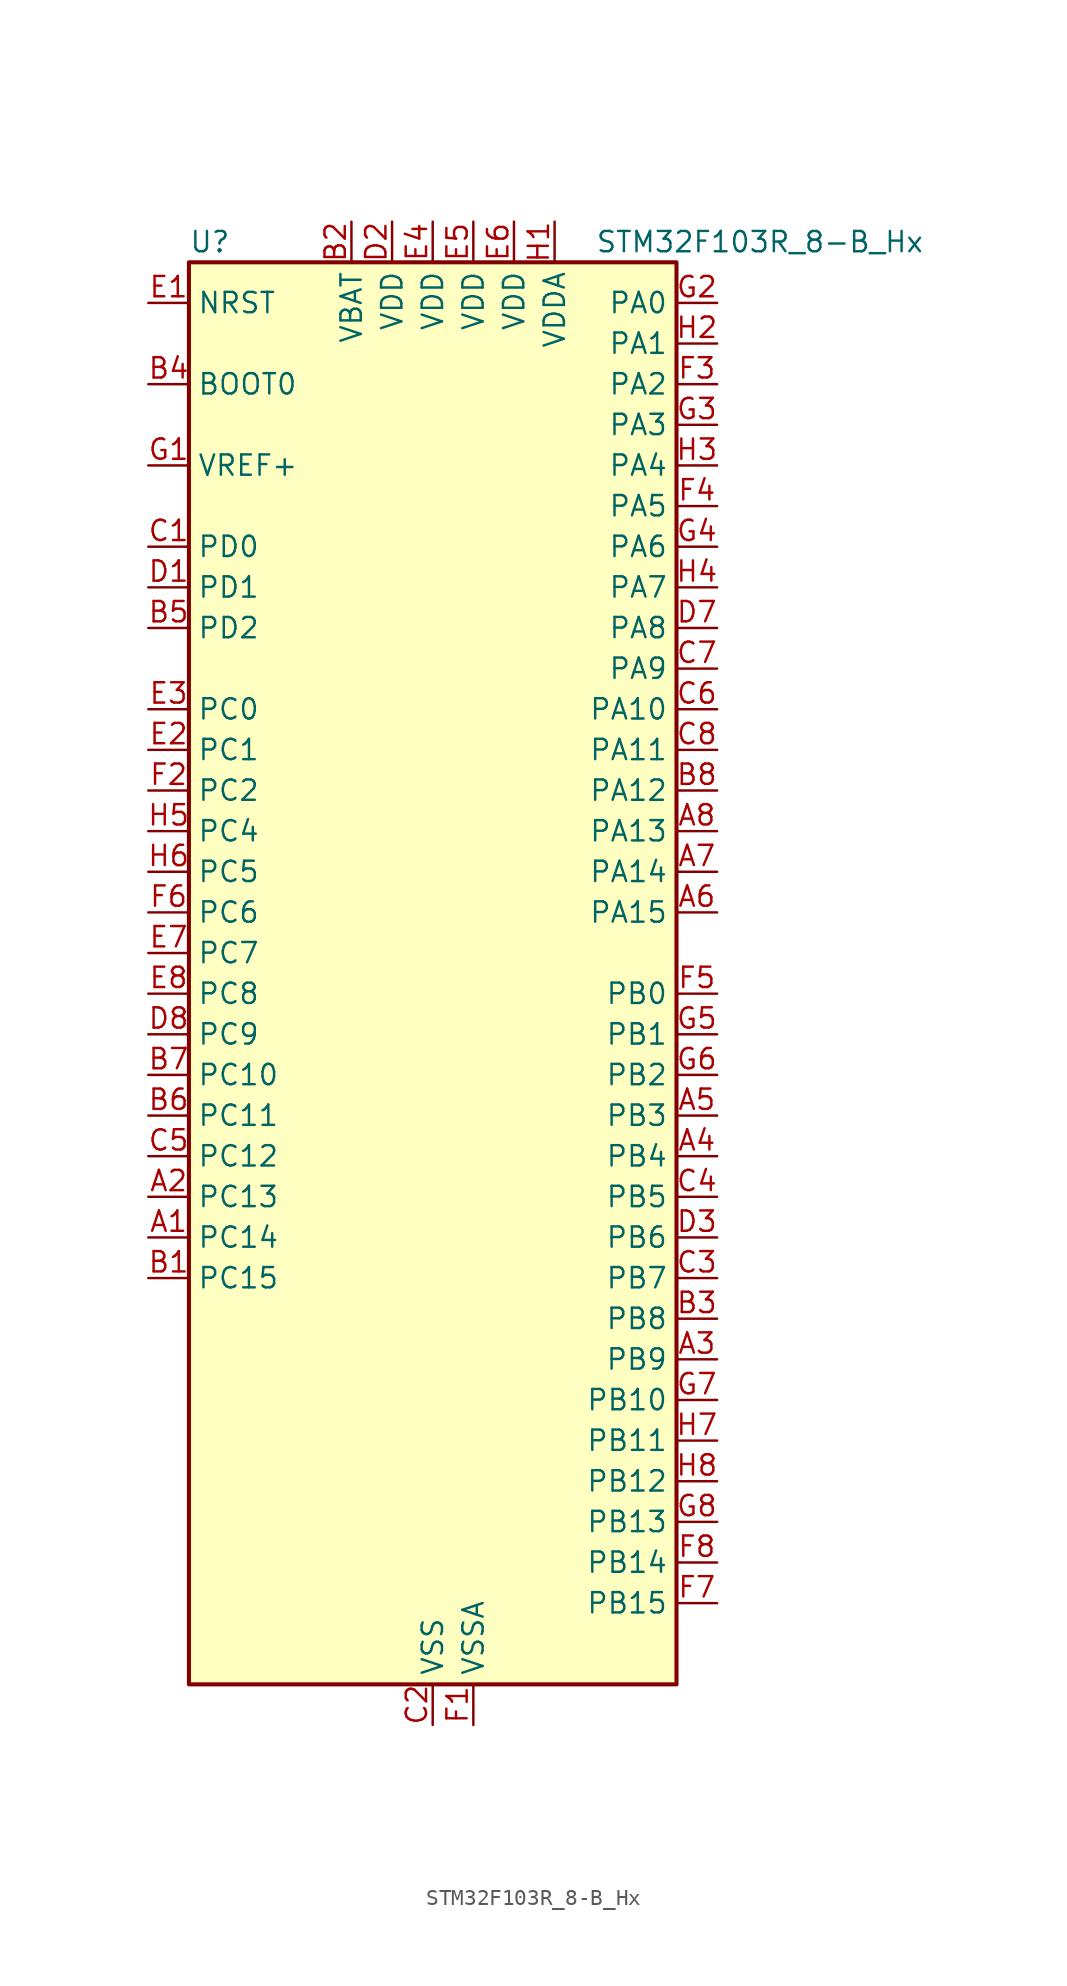
<source format=kicad_sym>
(kicad_symbol_lib
  (version 20231120)
  (generator "kicad_symbol_editor")
  (generator_version "8.0")
  (symbol "STM32F103R_8-B_Hx"
    (property "Reference" "U"
      (at -15.24 46.99 0)
      (effects (font (size 1.27 1.27)) (justify left)))
    (property "Value" "STM32F103R_8-B_Hx"
      (at 10.16 46.99 0)
      (effects (font (size 1.27 1.27)) (justify left)))
    (property "ki_locked" ""
      (at 0 0 0)
      (effects (font (size 1.27 1.27))))
    (symbol "STM32F103R_8-B_Hx_0_1"
      (rectangle (start -15.24 -43.18) (end 15.24 45.72) (stroke (width 0.254) (type default)) (fill (type background))))
    (symbol "STM32F103R_8-B_Hx_1_1"
      (pin bidirectional line (at -17.78 -15.24 0) (length 2.54) (name "PC14" (effects (font (size 1.27 1.27)))) (number "A1" (effects (font (size 1.27 1.27)))) (alternate "RCC_OSC32_IN" bidirectional line))
      (pin bidirectional line (at -17.78 -12.7 0) (length 2.54) (name "PC13" (effects (font (size 1.27 1.27)))) (number "A2" (effects (font (size 1.27 1.27)))) (alternate "RTC_OUT" bidirectional line) (alternate "RTC_TAMPER" bidirectional line))
      (pin bidirectional line (at 17.78 -22.86 180) (length 2.54) (name "PB9" (effects (font (size 1.27 1.27)))) (number "A3" (effects (font (size 1.27 1.27)))) (alternate "CAN_TX" bidirectional line) (alternate "I2C1_SDA" bidirectional line) (alternate "TIM4_CH4" bidirectional line))
      (pin bidirectional line (at 17.78 -10.16 180) (length 2.54) (name "PB4" (effects (font (size 1.27 1.27)))) (number "A4" (effects (font (size 1.27 1.27)))) (alternate "SPI1_MISO" bidirectional line) (alternate "SYS_NJTRST" bidirectional line) (alternate "TIM3_CH1" bidirectional line))
      (pin bidirectional line (at 17.78 -7.62 180) (length 2.54) (name "PB3" (effects (font (size 1.27 1.27)))) (number "A5" (effects (font (size 1.27 1.27)))) (alternate "SPI1_SCK" bidirectional line) (alternate "SYS_JTDO-TRACESWO" bidirectional line) (alternate "TIM2_CH2" bidirectional line))
      (pin bidirectional line (at 17.78 5.08 180) (length 2.54) (name "PA15" (effects (font (size 1.27 1.27)))) (number "A6" (effects (font (size 1.27 1.27)))) (alternate "ADC1_EXTI15" bidirectional line) (alternate "ADC2_EXTI15" bidirectional line) (alternate "SPI1_NSS" bidirectional line) (alternate "SYS_JTDI" bidirectional line) (alternate "TIM2_CH1" bidirectional line) (alternate "TIM2_ETR" bidirectional line))
      (pin bidirectional line (at 17.78 7.62 180) (length 2.54) (name "PA14" (effects (font (size 1.27 1.27)))) (number "A7" (effects (font (size 1.27 1.27)))) (alternate "SYS_JTCK-SWCLK" bidirectional line))
      (pin bidirectional line (at 17.78 10.16 180) (length 2.54) (name "PA13" (effects (font (size 1.27 1.27)))) (number "A8" (effects (font (size 1.27 1.27)))) (alternate "SYS_JTMS-SWDIO" bidirectional line))
      (pin bidirectional line (at -17.78 -17.78 0) (length 2.54) (name "PC15" (effects (font (size 1.27 1.27)))) (number "B1" (effects (font (size 1.27 1.27)))) (alternate "ADC1_EXTI15" bidirectional line) (alternate "ADC2_EXTI15" bidirectional line) (alternate "RCC_OSC32_OUT" bidirectional line))
      (pin power_in line (at -5.08 48.26 270) (length 2.54) (name "VBAT" (effects (font (size 1.27 1.27)))) (number "B2" (effects (font (size 1.27 1.27)))))
      (pin bidirectional line (at 17.78 -20.32 180) (length 2.54) (name "PB8" (effects (font (size 1.27 1.27)))) (number "B3" (effects (font (size 1.27 1.27)))) (alternate "CAN_RX" bidirectional line) (alternate "I2C1_SCL" bidirectional line) (alternate "TIM4_CH3" bidirectional line))
      (pin input line (at -17.78 38.1 0) (length 2.54) (name "BOOT0" (effects (font (size 1.27 1.27)))) (number "B4" (effects (font (size 1.27 1.27)))))
      (pin bidirectional line (at -17.78 22.86 0) (length 2.54) (name "PD2" (effects (font (size 1.27 1.27)))) (number "B5" (effects (font (size 1.27 1.27)))) (alternate "TIM3_ETR" bidirectional line))
      (pin bidirectional line (at -17.78 -7.62 0) (length 2.54) (name "PC11" (effects (font (size 1.27 1.27)))) (number "B6" (effects (font (size 1.27 1.27)))) (alternate "ADC1_EXTI11" bidirectional line) (alternate "ADC2_EXTI11" bidirectional line) (alternate "USART3_RX" bidirectional line))
      (pin bidirectional line (at -17.78 -5.08 0) (length 2.54) (name "PC10" (effects (font (size 1.27 1.27)))) (number "B7" (effects (font (size 1.27 1.27)))) (alternate "USART3_TX" bidirectional line))
      (pin bidirectional line (at 17.78 12.7 180) (length 2.54) (name "PA12" (effects (font (size 1.27 1.27)))) (number "B8" (effects (font (size 1.27 1.27)))) (alternate "CAN_TX" bidirectional line) (alternate "TIM1_ETR" bidirectional line) (alternate "USART1_RTS" bidirectional line) (alternate "USB_DP" bidirectional line))
      (pin bidirectional line (at -17.78 27.94 0) (length 2.54) (name "PD0" (effects (font (size 1.27 1.27)))) (number "C1" (effects (font (size 1.27 1.27)))) (alternate "RCC_OSC_IN" bidirectional line))
      (pin power_in line (at 0 -45.72 90) (length 2.54) (name "VSS" (effects (font (size 1.27 1.27)))) (number "C2" (effects (font (size 1.27 1.27)))))
      (pin bidirectional line (at 17.78 -17.78 180) (length 2.54) (name "PB7" (effects (font (size 1.27 1.27)))) (number "C3" (effects (font (size 1.27 1.27)))) (alternate "I2C1_SDA" bidirectional line) (alternate "TIM4_CH2" bidirectional line) (alternate "USART1_RX" bidirectional line))
      (pin bidirectional line (at 17.78 -12.7 180) (length 2.54) (name "PB5" (effects (font (size 1.27 1.27)))) (number "C4" (effects (font (size 1.27 1.27)))) (alternate "I2C1_SMBA" bidirectional line) (alternate "SPI1_MOSI" bidirectional line) (alternate "TIM3_CH2" bidirectional line))
      (pin bidirectional line (at -17.78 -10.16 0) (length 2.54) (name "PC12" (effects (font (size 1.27 1.27)))) (number "C5" (effects (font (size 1.27 1.27)))) (alternate "USART3_CK" bidirectional line))
      (pin bidirectional line (at 17.78 17.78 180) (length 2.54) (name "PA10" (effects (font (size 1.27 1.27)))) (number "C6" (effects (font (size 1.27 1.27)))) (alternate "TIM1_CH3" bidirectional line) (alternate "USART1_RX" bidirectional line))
      (pin bidirectional line (at 17.78 20.32 180) (length 2.54) (name "PA9" (effects (font (size 1.27 1.27)))) (number "C7" (effects (font (size 1.27 1.27)))) (alternate "TIM1_CH2" bidirectional line) (alternate "USART1_TX" bidirectional line))
      (pin bidirectional line (at 17.78 15.24 180) (length 2.54) (name "PA11" (effects (font (size 1.27 1.27)))) (number "C8" (effects (font (size 1.27 1.27)))) (alternate "ADC1_EXTI11" bidirectional line) (alternate "ADC2_EXTI11" bidirectional line) (alternate "CAN_RX" bidirectional line) (alternate "TIM1_CH4" bidirectional line) (alternate "USART1_CTS" bidirectional line) (alternate "USB_DM" bidirectional line))
      (pin bidirectional line (at -17.78 25.4 0) (length 2.54) (name "PD1" (effects (font (size 1.27 1.27)))) (number "D1" (effects (font (size 1.27 1.27)))) (alternate "RCC_OSC_OUT" bidirectional line))
      (pin power_in line (at -2.54 48.26 270) (length 2.54) (name "VDD" (effects (font (size 1.27 1.27)))) (number "D2" (effects (font (size 1.27 1.27)))))
      (pin bidirectional line (at 17.78 -15.24 180) (length 2.54) (name "PB6" (effects (font (size 1.27 1.27)))) (number "D3" (effects (font (size 1.27 1.27)))) (alternate "I2C1_SCL" bidirectional line) (alternate "TIM4_CH1" bidirectional line) (alternate "USART1_TX" bidirectional line))
      (pin passive line (at 0 -45.72 90) (length 2.54) hide (name "VSS" (effects (font (size 1.27 1.27)))) (number "D4" (effects (font (size 1.27 1.27)))))
      (pin passive line (at 0 -45.72 90) (length 2.54) hide (name "VSS" (effects (font (size 1.27 1.27)))) (number "D5" (effects (font (size 1.27 1.27)))))
      (pin passive line (at 0 -45.72 90) (length 2.54) hide (name "VSS" (effects (font (size 1.27 1.27)))) (number "D6" (effects (font (size 1.27 1.27)))))
      (pin bidirectional line (at 17.78 22.86 180) (length 2.54) (name "PA8" (effects (font (size 1.27 1.27)))) (number "D7" (effects (font (size 1.27 1.27)))) (alternate "RCC_MCO" bidirectional line) (alternate "TIM1_CH1" bidirectional line) (alternate "USART1_CK" bidirectional line))
      (pin bidirectional line (at -17.78 -2.54 0) (length 2.54) (name "PC9" (effects (font (size 1.27 1.27)))) (number "D8" (effects (font (size 1.27 1.27)))) (alternate "TIM3_CH4" bidirectional line))
      (pin input line (at -17.78 43.18 0) (length 2.54) (name "NRST" (effects (font (size 1.27 1.27)))) (number "E1" (effects (font (size 1.27 1.27)))))
      (pin bidirectional line (at -17.78 15.24 0) (length 2.54) (name "PC1" (effects (font (size 1.27 1.27)))) (number "E2" (effects (font (size 1.27 1.27)))) (alternate "ADC1_IN11" bidirectional line) (alternate "ADC2_IN11" bidirectional line))
      (pin bidirectional line (at -17.78 17.78 0) (length 2.54) (name "PC0" (effects (font (size 1.27 1.27)))) (number "E3" (effects (font (size 1.27 1.27)))) (alternate "ADC1_IN10" bidirectional line) (alternate "ADC2_IN10" bidirectional line))
      (pin power_in line (at 0 48.26 270) (length 2.54) (name "VDD" (effects (font (size 1.27 1.27)))) (number "E4" (effects (font (size 1.27 1.27)))))
      (pin power_in line (at 2.54 48.26 270) (length 2.54) (name "VDD" (effects (font (size 1.27 1.27)))) (number "E5" (effects (font (size 1.27 1.27)))))
      (pin power_in line (at 5.08 48.26 270) (length 2.54) (name "VDD" (effects (font (size 1.27 1.27)))) (number "E6" (effects (font (size 1.27 1.27)))))
      (pin bidirectional line (at -17.78 2.54 0) (length 2.54) (name "PC7" (effects (font (size 1.27 1.27)))) (number "E7" (effects (font (size 1.27 1.27)))) (alternate "TIM3_CH2" bidirectional line))
      (pin bidirectional line (at -17.78 0 0) (length 2.54) (name "PC8" (effects (font (size 1.27 1.27)))) (number "E8" (effects (font (size 1.27 1.27)))) (alternate "TIM3_CH3" bidirectional line))
      (pin power_in line (at 2.54 -45.72 90) (length 2.54) (name "VSSA" (effects (font (size 1.27 1.27)))) (number "F1" (effects (font (size 1.27 1.27)))))
      (pin bidirectional line (at -17.78 12.7 0) (length 2.54) (name "PC2" (effects (font (size 1.27 1.27)))) (number "F2" (effects (font (size 1.27 1.27)))) (alternate "ADC1_IN12" bidirectional line) (alternate "ADC2_IN12" bidirectional line))
      (pin bidirectional line (at 17.78 38.1 180) (length 2.54) (name "PA2" (effects (font (size 1.27 1.27)))) (number "F3" (effects (font (size 1.27 1.27)))) (alternate "ADC1_IN2" bidirectional line) (alternate "ADC2_IN2" bidirectional line) (alternate "TIM2_CH3" bidirectional line) (alternate "USART2_TX" bidirectional line))
      (pin bidirectional line (at 17.78 30.48 180) (length 2.54) (name "PA5" (effects (font (size 1.27 1.27)))) (number "F4" (effects (font (size 1.27 1.27)))) (alternate "ADC1_IN5" bidirectional line) (alternate "ADC2_IN5" bidirectional line) (alternate "SPI1_SCK" bidirectional line))
      (pin bidirectional line (at 17.78 0 180) (length 2.54) (name "PB0" (effects (font (size 1.27 1.27)))) (number "F5" (effects (font (size 1.27 1.27)))) (alternate "ADC1_IN8" bidirectional line) (alternate "ADC2_IN8" bidirectional line) (alternate "TIM1_CH2N" bidirectional line) (alternate "TIM3_CH3" bidirectional line))
      (pin bidirectional line (at -17.78 5.08 0) (length 2.54) (name "PC6" (effects (font (size 1.27 1.27)))) (number "F6" (effects (font (size 1.27 1.27)))) (alternate "TIM3_CH1" bidirectional line))
      (pin bidirectional line (at 17.78 -38.1 180) (length 2.54) (name "PB15" (effects (font (size 1.27 1.27)))) (number "F7" (effects (font (size 1.27 1.27)))) (alternate "ADC1_EXTI15" bidirectional line) (alternate "ADC2_EXTI15" bidirectional line) (alternate "SPI2_MOSI" bidirectional line) (alternate "TIM1_CH3N" bidirectional line))
      (pin bidirectional line (at 17.78 -35.56 180) (length 2.54) (name "PB14" (effects (font (size 1.27 1.27)))) (number "F8" (effects (font (size 1.27 1.27)))) (alternate "SPI2_MISO" bidirectional line) (alternate "TIM1_CH2N" bidirectional line) (alternate "USART3_RTS" bidirectional line))
      (pin input line (at -17.78 33.02 0) (length 2.54) (name "VREF+" (effects (font (size 1.27 1.27)))) (number "G1" (effects (font (size 1.27 1.27)))))
      (pin bidirectional line (at 17.78 43.18 180) (length 2.54) (name "PA0" (effects (font (size 1.27 1.27)))) (number "G2" (effects (font (size 1.27 1.27)))) (alternate "ADC1_IN0" bidirectional line) (alternate "ADC2_IN0" bidirectional line) (alternate "SYS_WKUP" bidirectional line) (alternate "TIM2_CH1" bidirectional line) (alternate "TIM2_ETR" bidirectional line) (alternate "USART2_CTS" bidirectional line))
      (pin bidirectional line (at 17.78 35.56 180) (length 2.54) (name "PA3" (effects (font (size 1.27 1.27)))) (number "G3" (effects (font (size 1.27 1.27)))) (alternate "ADC1_IN3" bidirectional line) (alternate "ADC2_IN3" bidirectional line) (alternate "TIM2_CH4" bidirectional line) (alternate "USART2_RX" bidirectional line))
      (pin bidirectional line (at 17.78 27.94 180) (length 2.54) (name "PA6" (effects (font (size 1.27 1.27)))) (number "G4" (effects (font (size 1.27 1.27)))) (alternate "ADC1_IN6" bidirectional line) (alternate "ADC2_IN6" bidirectional line) (alternate "SPI1_MISO" bidirectional line) (alternate "TIM1_BKIN" bidirectional line) (alternate "TIM3_CH1" bidirectional line))
      (pin bidirectional line (at 17.78 -2.54 180) (length 2.54) (name "PB1" (effects (font (size 1.27 1.27)))) (number "G5" (effects (font (size 1.27 1.27)))) (alternate "ADC1_IN9" bidirectional line) (alternate "ADC2_IN9" bidirectional line) (alternate "TIM1_CH3N" bidirectional line) (alternate "TIM3_CH4" bidirectional line))
      (pin bidirectional line (at 17.78 -5.08 180) (length 2.54) (name "PB2" (effects (font (size 1.27 1.27)))) (number "G6" (effects (font (size 1.27 1.27)))))
      (pin bidirectional line (at 17.78 -25.4 180) (length 2.54) (name "PB10" (effects (font (size 1.27 1.27)))) (number "G7" (effects (font (size 1.27 1.27)))) (alternate "I2C2_SCL" bidirectional line) (alternate "TIM2_CH3" bidirectional line) (alternate "USART3_TX" bidirectional line))
      (pin bidirectional line (at 17.78 -33.02 180) (length 2.54) (name "PB13" (effects (font (size 1.27 1.27)))) (number "G8" (effects (font (size 1.27 1.27)))) (alternate "SPI2_SCK" bidirectional line) (alternate "TIM1_CH1N" bidirectional line) (alternate "USART3_CTS" bidirectional line))
      (pin power_in line (at 7.62 48.26 270) (length 2.54) (name "VDDA" (effects (font (size 1.27 1.27)))) (number "H1" (effects (font (size 1.27 1.27)))))
      (pin bidirectional line (at 17.78 40.64 180) (length 2.54) (name "PA1" (effects (font (size 1.27 1.27)))) (number "H2" (effects (font (size 1.27 1.27)))) (alternate "ADC1_IN1" bidirectional line) (alternate "ADC2_IN1" bidirectional line) (alternate "TIM2_CH2" bidirectional line) (alternate "USART2_RTS" bidirectional line))
      (pin bidirectional line (at 17.78 33.02 180) (length 2.54) (name "PA4" (effects (font (size 1.27 1.27)))) (number "H3" (effects (font (size 1.27 1.27)))) (alternate "ADC1_IN4" bidirectional line) (alternate "ADC2_IN4" bidirectional line) (alternate "SPI1_NSS" bidirectional line) (alternate "USART2_CK" bidirectional line))
      (pin bidirectional line (at 17.78 25.4 180) (length 2.54) (name "PA7" (effects (font (size 1.27 1.27)))) (number "H4" (effects (font (size 1.27 1.27)))) (alternate "ADC1_IN7" bidirectional line) (alternate "ADC2_IN7" bidirectional line) (alternate "SPI1_MOSI" bidirectional line) (alternate "TIM1_CH1N" bidirectional line) (alternate "TIM3_CH2" bidirectional line))
      (pin bidirectional line (at -17.78 10.16 0) (length 2.54) (name "PC4" (effects (font (size 1.27 1.27)))) (number "H5" (effects (font (size 1.27 1.27)))) (alternate "ADC1_IN14" bidirectional line) (alternate "ADC2_IN14" bidirectional line))
      (pin bidirectional line (at -17.78 7.62 0) (length 2.54) (name "PC5" (effects (font (size 1.27 1.27)))) (number "H6" (effects (font (size 1.27 1.27)))) (alternate "ADC1_IN15" bidirectional line) (alternate "ADC2_IN15" bidirectional line))
      (pin bidirectional line (at 17.78 -27.94 180) (length 2.54) (name "PB11" (effects (font (size 1.27 1.27)))) (number "H7" (effects (font (size 1.27 1.27)))) (alternate "ADC1_EXTI11" bidirectional line) (alternate "ADC2_EXTI11" bidirectional line) (alternate "I2C2_SDA" bidirectional line) (alternate "TIM2_CH4" bidirectional line) (alternate "USART3_RX" bidirectional line))
      (pin bidirectional line (at 17.78 -30.48 180) (length 2.54) (name "PB12" (effects (font (size 1.27 1.27)))) (number "H8" (effects (font (size 1.27 1.27)))) (alternate "I2C2_SMBA" bidirectional line) (alternate "SPI2_NSS" bidirectional line) (alternate "TIM1_BKIN" bidirectional line) (alternate "USART3_CK" bidirectional line)))))
</source>
